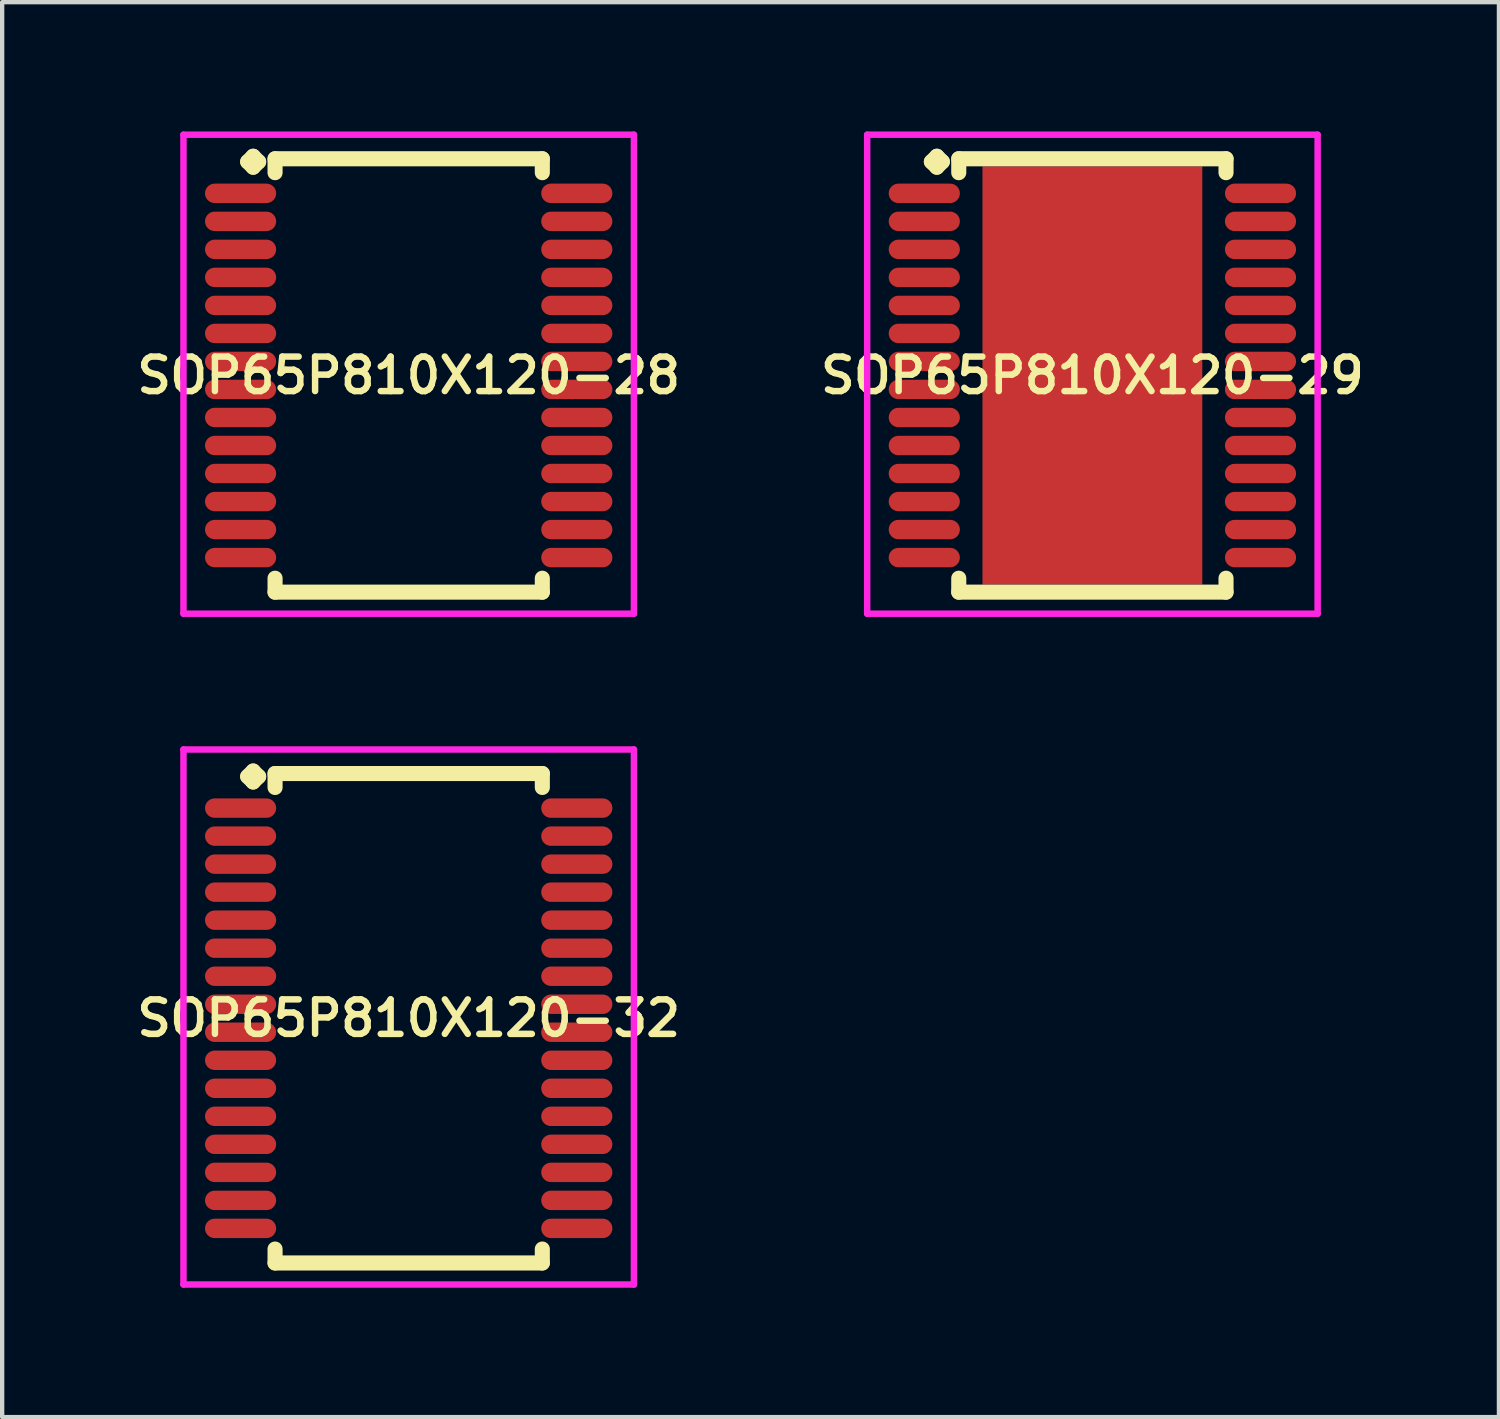
<source format=kicad_pcb>
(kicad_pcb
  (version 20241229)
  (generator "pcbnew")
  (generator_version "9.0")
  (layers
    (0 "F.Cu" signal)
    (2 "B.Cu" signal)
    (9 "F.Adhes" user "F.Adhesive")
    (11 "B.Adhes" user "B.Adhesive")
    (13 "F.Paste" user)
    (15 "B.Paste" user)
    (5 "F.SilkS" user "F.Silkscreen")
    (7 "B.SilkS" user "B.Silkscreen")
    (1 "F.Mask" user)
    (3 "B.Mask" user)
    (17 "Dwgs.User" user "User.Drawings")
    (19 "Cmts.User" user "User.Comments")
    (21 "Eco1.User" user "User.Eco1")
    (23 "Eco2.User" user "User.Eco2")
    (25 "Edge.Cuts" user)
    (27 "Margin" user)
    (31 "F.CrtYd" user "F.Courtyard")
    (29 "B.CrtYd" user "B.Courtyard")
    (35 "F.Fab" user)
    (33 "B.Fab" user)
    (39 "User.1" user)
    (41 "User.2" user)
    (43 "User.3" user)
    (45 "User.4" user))
  (footprint "SOP65P810X120-29"
    (layer "F.Cu")
    (at 22.292 5.66)
    (property "Reference" "SOP65P810X120-29" (at 0 0 0) (layer "F.SilkS") (effects (font (size 0.8 0.8) (thickness 0.15))))
    (attr smd)
    (fp_line (start -3.735 -4.958) (end -3.608 -5.085) (stroke (width 0.35) (type solid)) (layer "F.SilkS"))
    (fp_line (start -3.608 -5.085) (end -3.481 -4.958) (stroke (width 0.35) (type solid)) (layer "F.SilkS"))
    (fp_line (start -3.608 -4.831) (end -3.735 -4.958) (stroke (width 0.35) (type solid)) (layer "F.SilkS"))
    (fp_line (start -3.481 -4.958) (end -3.608 -4.831) (stroke (width 0.35) (type solid)) (layer "F.SilkS"))
    (fp_line (start -3.1 -5.027) (end 3.1 -5.027) (stroke (width 0.35) (type solid)) (layer "F.SilkS"))
    (fp_line (start -3.1 -4.704) (end -3.1 -5.027) (stroke (width 0.35) (type solid)) (layer "F.SilkS"))
    (fp_line (start -3.1 4.704) (end -3.1 5.027) (stroke (width 0.35) (type solid)) (layer "F.SilkS"))
    (fp_line (start -3.1 5.027) (end 3.1 5.027) (stroke (width 0.35) (type solid)) (layer "F.SilkS"))
    (fp_line (start 3.1 -5.027) (end 3.1 -4.704) (stroke (width 0.35) (type solid)) (layer "F.SilkS"))
    (fp_line (start 3.1 5.027) (end 3.1 4.704) (stroke (width 0.35) (type solid)) (layer "F.SilkS"))
    (fp_line (start -5.225 -5.585) (end 5.225 -5.585) (stroke (width 0.15) (type solid)) (layer "F.CrtYd"))
    (fp_line (start -5.225 5.527) (end -5.225 -5.585) (stroke (width 0.15) (type solid)) (layer "F.CrtYd"))
    (fp_line (start 5.225 -5.585) (end 5.225 5.527) (stroke (width 0.15) (type solid)) (layer "F.CrtYd"))
    (fp_line (start 5.225 5.527) (end -5.225 5.527) (stroke (width 0.15) (type solid)) (layer "F.CrtYd"))
    (pad "1" smd oval (at -3.9 -4.225) (size 1.65 0.45) (layers "F.Cu" "F.Mask" "F.Paste"))
    (pad "2" smd oval (at -3.9 -3.575) (size 1.65 0.45) (layers "F.Cu" "F.Mask" "F.Paste"))
    (pad "3" smd oval (at -3.9 -2.925) (size 1.65 0.45) (layers "F.Cu" "F.Mask" "F.Paste"))
    (pad "4" smd oval (at -3.9 -2.275) (size 1.65 0.45) (layers "F.Cu" "F.Mask" "F.Paste"))
    (pad "5" smd oval (at -3.9 -1.625) (size 1.65 0.45) (layers "F.Cu" "F.Mask" "F.Paste"))
    (pad "6" smd oval (at -3.9 -0.975) (size 1.65 0.45) (layers "F.Cu" "F.Mask" "F.Paste"))
    (pad "7" smd oval (at -3.9 -0.325) (size 1.65 0.45) (layers "F.Cu" "F.Mask" "F.Paste"))
    (pad "8" smd oval (at -3.9 0.325) (size 1.65 0.45) (layers "F.Cu" "F.Mask" "F.Paste"))
    (pad "9" smd oval (at -3.9 0.975) (size 1.65 0.45) (layers "F.Cu" "F.Mask" "F.Paste"))
    (pad "10" smd oval (at -3.9 1.625) (size 1.65 0.45) (layers "F.Cu" "F.Mask" "F.Paste"))
    (pad "11" smd oval (at -3.9 2.275) (size 1.65 0.45) (layers "F.Cu" "F.Mask" "F.Paste"))
    (pad "12" smd oval (at -3.9 2.925) (size 1.65 0.45) (layers "F.Cu" "F.Mask" "F.Paste"))
    (pad "13" smd oval (at -3.9 3.575) (size 1.65 0.45) (layers "F.Cu" "F.Mask" "F.Paste"))
    (pad "14" smd oval (at -3.9 4.225) (size 1.65 0.45) (layers "F.Cu" "F.Mask" "F.Paste"))
    (pad "15" smd oval (at 3.9 4.225) (size 1.65 0.45) (layers "F.Cu" "F.Mask" "F.Paste"))
    (pad "16" smd oval (at 3.9 3.575) (size 1.65 0.45) (layers "F.Cu" "F.Mask" "F.Paste"))
    (pad "17" smd oval (at 3.9 2.925) (size 1.65 0.45) (layers "F.Cu" "F.Mask" "F.Paste"))
    (pad "18" smd oval (at 3.9 2.275) (size 1.65 0.45) (layers "F.Cu" "F.Mask" "F.Paste"))
    (pad "19" smd oval (at 3.9 1.625) (size 1.65 0.45) (layers "F.Cu" "F.Mask" "F.Paste"))
    (pad "20" smd oval (at 3.9 0.975) (size 1.65 0.45) (layers "F.Cu" "F.Mask" "F.Paste"))
    (pad "21" smd oval (at 3.9 0.325) (size 1.65 0.45) (layers "F.Cu" "F.Mask" "F.Paste"))
    (pad "22" smd oval (at 3.9 -0.325) (size 1.65 0.45) (layers "F.Cu" "F.Mask" "F.Paste"))
    (pad "23" smd oval (at 3.9 -0.975) (size 1.65 0.45) (layers "F.Cu" "F.Mask" "F.Paste"))
    (pad "24" smd oval (at 3.9 -1.625) (size 1.65 0.45) (layers "F.Cu" "F.Mask" "F.Paste"))
    (pad "25" smd oval (at 3.9 -2.275) (size 1.65 0.45) (layers "F.Cu" "F.Mask" "F.Paste"))
    (pad "26" smd oval (at 3.9 -2.925) (size 1.65 0.45) (layers "F.Cu" "F.Mask" "F.Paste"))
    (pad "27" smd oval (at 3.9 -3.575) (size 1.65 0.45) (layers "F.Cu" "F.Mask" "F.Paste"))
    (pad "28" smd oval (at 3.9 -4.225) (size 1.65 0.45) (layers "F.Cu" "F.Mask" "F.Paste"))
    (pad "29" smd rect (at 0 0) (size 5.1 9.7) (layers "F.Cu" "F.Mask" "F.Paste")))
  (footprint "SOP65P810X120-28"
    (layer "F.Cu")
    (at 6.431 5.66)
    (property "Reference" "SOP65P810X120-28" (at 0 0 0) (layer "F.SilkS") (effects (font (size 0.8 0.8) (thickness 0.15))))
    (attr smd)
    (fp_line (start -3.735 -4.958) (end -3.608 -5.085) (stroke (width 0.35) (type solid)) (layer "F.SilkS"))
    (fp_line (start -3.608 -5.085) (end -3.481 -4.958) (stroke (width 0.35) (type solid)) (layer "F.SilkS"))
    (fp_line (start -3.608 -4.831) (end -3.735 -4.958) (stroke (width 0.35) (type solid)) (layer "F.SilkS"))
    (fp_line (start -3.481 -4.958) (end -3.608 -4.831) (stroke (width 0.35) (type solid)) (layer "F.SilkS"))
    (fp_line (start -3.1 -5.027) (end 3.1 -5.027) (stroke (width 0.35) (type solid)) (layer "F.SilkS"))
    (fp_line (start -3.1 -4.704) (end -3.1 -5.027) (stroke (width 0.35) (type solid)) (layer "F.SilkS"))
    (fp_line (start -3.1 4.704) (end -3.1 5.027) (stroke (width 0.35) (type solid)) (layer "F.SilkS"))
    (fp_line (start -3.1 5.027) (end 3.1 5.027) (stroke (width 0.35) (type solid)) (layer "F.SilkS"))
    (fp_line (start 3.1 -5.027) (end 3.1 -4.704) (stroke (width 0.35) (type solid)) (layer "F.SilkS"))
    (fp_line (start 3.1 5.027) (end 3.1 4.704) (stroke (width 0.35) (type solid)) (layer "F.SilkS"))
    (fp_line (start -5.225 -5.585) (end 5.225 -5.585) (stroke (width 0.15) (type solid)) (layer "F.CrtYd"))
    (fp_line (start -5.225 5.527) (end -5.225 -5.585) (stroke (width 0.15) (type solid)) (layer "F.CrtYd"))
    (fp_line (start 5.225 -5.585) (end 5.225 5.527) (stroke (width 0.15) (type solid)) (layer "F.CrtYd"))
    (fp_line (start 5.225 5.527) (end -5.225 5.527) (stroke (width 0.15) (type solid)) (layer "F.CrtYd"))
    (pad "1" smd oval (at -3.9 -4.225) (size 1.65 0.45) (layers "F.Cu" "F.Mask" "F.Paste"))
    (pad "2" smd oval (at -3.9 -3.575) (size 1.65 0.45) (layers "F.Cu" "F.Mask" "F.Paste"))
    (pad "3" smd oval (at -3.9 -2.925) (size 1.65 0.45) (layers "F.Cu" "F.Mask" "F.Paste"))
    (pad "4" smd oval (at -3.9 -2.275) (size 1.65 0.45) (layers "F.Cu" "F.Mask" "F.Paste"))
    (pad "5" smd oval (at -3.9 -1.625) (size 1.65 0.45) (layers "F.Cu" "F.Mask" "F.Paste"))
    (pad "6" smd oval (at -3.9 -0.975) (size 1.65 0.45) (layers "F.Cu" "F.Mask" "F.Paste"))
    (pad "7" smd oval (at -3.9 -0.325) (size 1.65 0.45) (layers "F.Cu" "F.Mask" "F.Paste"))
    (pad "8" smd oval (at -3.9 0.325) (size 1.65 0.45) (layers "F.Cu" "F.Mask" "F.Paste"))
    (pad "9" smd oval (at -3.9 0.975) (size 1.65 0.45) (layers "F.Cu" "F.Mask" "F.Paste"))
    (pad "10" smd oval (at -3.9 1.625) (size 1.65 0.45) (layers "F.Cu" "F.Mask" "F.Paste"))
    (pad "11" smd oval (at -3.9 2.275) (size 1.65 0.45) (layers "F.Cu" "F.Mask" "F.Paste"))
    (pad "12" smd oval (at -3.9 2.925) (size 1.65 0.45) (layers "F.Cu" "F.Mask" "F.Paste"))
    (pad "13" smd oval (at -3.9 3.575) (size 1.65 0.45) (layers "F.Cu" "F.Mask" "F.Paste"))
    (pad "14" smd oval (at -3.9 4.225) (size 1.65 0.45) (layers "F.Cu" "F.Mask" "F.Paste"))
    (pad "15" smd oval (at 3.9 4.225) (size 1.65 0.45) (layers "F.Cu" "F.Mask" "F.Paste"))
    (pad "16" smd oval (at 3.9 3.575) (size 1.65 0.45) (layers "F.Cu" "F.Mask" "F.Paste"))
    (pad "17" smd oval (at 3.9 2.925) (size 1.65 0.45) (layers "F.Cu" "F.Mask" "F.Paste"))
    (pad "18" smd oval (at 3.9 2.275) (size 1.65 0.45) (layers "F.Cu" "F.Mask" "F.Paste"))
    (pad "19" smd oval (at 3.9 1.625) (size 1.65 0.45) (layers "F.Cu" "F.Mask" "F.Paste"))
    (pad "20" smd oval (at 3.9 0.975) (size 1.65 0.45) (layers "F.Cu" "F.Mask" "F.Paste"))
    (pad "21" smd oval (at 3.9 0.325) (size 1.65 0.45) (layers "F.Cu" "F.Mask" "F.Paste"))
    (pad "22" smd oval (at 3.9 -0.325) (size 1.65 0.45) (layers "F.Cu" "F.Mask" "F.Paste"))
    (pad "23" smd oval (at 3.9 -0.975) (size 1.65 0.45) (layers "F.Cu" "F.Mask" "F.Paste"))
    (pad "24" smd oval (at 3.9 -1.625) (size 1.65 0.45) (layers "F.Cu" "F.Mask" "F.Paste"))
    (pad "25" smd oval (at 3.9 -2.275) (size 1.65 0.45) (layers "F.Cu" "F.Mask" "F.Paste"))
    (pad "26" smd oval (at 3.9 -2.925) (size 1.65 0.45) (layers "F.Cu" "F.Mask" "F.Paste"))
    (pad "27" smd oval (at 3.9 -3.575) (size 1.65 0.45) (layers "F.Cu" "F.Mask" "F.Paste"))
    (pad "28" smd oval (at 3.9 -4.225) (size 1.65 0.45) (layers "F.Cu" "F.Mask" "F.Paste")))
  (footprint "SOP65P810X120-32"
    (layer "F.Cu")
    (at 6.431 20.572)
    (property "Reference" "SOP65P810X120-32" (at 0 0 0) (layer "F.SilkS") (effects (font (size 0.8 0.8) (thickness 0.15))))
    (attr smd)
    (fp_line (start -3.735 -5.608) (end -3.608 -5.735) (stroke (width 0.35) (type solid)) (layer "F.SilkS"))
    (fp_line (start -3.608 -5.735) (end -3.481 -5.608) (stroke (width 0.35) (type solid)) (layer "F.SilkS"))
    (fp_line (start -3.608 -5.481) (end -3.735 -5.608) (stroke (width 0.35) (type solid)) (layer "F.SilkS"))
    (fp_line (start -3.481 -5.608) (end -3.608 -5.481) (stroke (width 0.35) (type solid)) (layer "F.SilkS"))
    (fp_line (start -3.1 -5.677) (end 3.1 -5.677) (stroke (width 0.35) (type solid)) (layer "F.SilkS"))
    (fp_line (start -3.1 -5.354) (end -3.1 -5.677) (stroke (width 0.35) (type solid)) (layer "F.SilkS"))
    (fp_line (start -3.1 5.354) (end -3.1 5.677) (stroke (width 0.35) (type solid)) (layer "F.SilkS"))
    (fp_line (start -3.1 5.677) (end 3.1 5.677) (stroke (width 0.35) (type solid)) (layer "F.SilkS"))
    (fp_line (start 3.1 -5.677) (end 3.1 -5.354) (stroke (width 0.35) (type solid)) (layer "F.SilkS"))
    (fp_line (start 3.1 5.677) (end 3.1 5.354) (stroke (width 0.35) (type solid)) (layer "F.SilkS"))
    (fp_line (start -5.225 -6.235) (end 5.225 -6.235) (stroke (width 0.15) (type solid)) (layer "F.CrtYd"))
    (fp_line (start -5.225 6.177) (end -5.225 -6.235) (stroke (width 0.15) (type solid)) (layer "F.CrtYd"))
    (fp_line (start 5.225 -6.235) (end 5.225 6.177) (stroke (width 0.15) (type solid)) (layer "F.CrtYd"))
    (fp_line (start 5.225 6.177) (end -5.225 6.177) (stroke (width 0.15) (type solid)) (layer "F.CrtYd"))
    (pad "1" smd oval (at -3.9 -4.875) (size 1.65 0.45) (layers "F.Cu" "F.Mask" "F.Paste"))
    (pad "2" smd oval (at -3.9 -4.225) (size 1.65 0.45) (layers "F.Cu" "F.Mask" "F.Paste"))
    (pad "3" smd oval (at -3.9 -3.575) (size 1.65 0.45) (layers "F.Cu" "F.Mask" "F.Paste"))
    (pad "4" smd oval (at -3.9 -2.925) (size 1.65 0.45) (layers "F.Cu" "F.Mask" "F.Paste"))
    (pad "5" smd oval (at -3.9 -2.275) (size 1.65 0.45) (layers "F.Cu" "F.Mask" "F.Paste"))
    (pad "6" smd oval (at -3.9 -1.625) (size 1.65 0.45) (layers "F.Cu" "F.Mask" "F.Paste"))
    (pad "7" smd oval (at -3.9 -0.975) (size 1.65 0.45) (layers "F.Cu" "F.Mask" "F.Paste"))
    (pad "8" smd oval (at -3.9 -0.325) (size 1.65 0.45) (layers "F.Cu" "F.Mask" "F.Paste"))
    (pad "9" smd oval (at -3.9 0.325) (size 1.65 0.45) (layers "F.Cu" "F.Mask" "F.Paste"))
    (pad "10" smd oval (at -3.9 0.975) (size 1.65 0.45) (layers "F.Cu" "F.Mask" "F.Paste"))
    (pad "11" smd oval (at -3.9 1.625) (size 1.65 0.45) (layers "F.Cu" "F.Mask" "F.Paste"))
    (pad "12" smd oval (at -3.9 2.275) (size 1.65 0.45) (layers "F.Cu" "F.Mask" "F.Paste"))
    (pad "13" smd oval (at -3.9 2.925) (size 1.65 0.45) (layers "F.Cu" "F.Mask" "F.Paste"))
    (pad "14" smd oval (at -3.9 3.575) (size 1.65 0.45) (layers "F.Cu" "F.Mask" "F.Paste"))
    (pad "15" smd oval (at -3.9 4.225) (size 1.65 0.45) (layers "F.Cu" "F.Mask" "F.Paste"))
    (pad "16" smd oval (at -3.9 4.875) (size 1.65 0.45) (layers "F.Cu" "F.Mask" "F.Paste"))
    (pad "17" smd oval (at 3.9 4.875) (size 1.65 0.45) (layers "F.Cu" "F.Mask" "F.Paste"))
    (pad "18" smd oval (at 3.9 4.225) (size 1.65 0.45) (layers "F.Cu" "F.Mask" "F.Paste"))
    (pad "19" smd oval (at 3.9 3.575) (size 1.65 0.45) (layers "F.Cu" "F.Mask" "F.Paste"))
    (pad "20" smd oval (at 3.9 2.925) (size 1.65 0.45) (layers "F.Cu" "F.Mask" "F.Paste"))
    (pad "21" smd oval (at 3.9 2.275) (size 1.65 0.45) (layers "F.Cu" "F.Mask" "F.Paste"))
    (pad "22" smd oval (at 3.9 1.625) (size 1.65 0.45) (layers "F.Cu" "F.Mask" "F.Paste"))
    (pad "23" smd oval (at 3.9 0.975) (size 1.65 0.45) (layers "F.Cu" "F.Mask" "F.Paste"))
    (pad "24" smd oval (at 3.9 0.325) (size 1.65 0.45) (layers "F.Cu" "F.Mask" "F.Paste"))
    (pad "25" smd oval (at 3.9 -0.325) (size 1.65 0.45) (layers "F.Cu" "F.Mask" "F.Paste"))
    (pad "26" smd oval (at 3.9 -0.975) (size 1.65 0.45) (layers "F.Cu" "F.Mask" "F.Paste"))
    (pad "27" smd oval (at 3.9 -1.625) (size 1.65 0.45) (layers "F.Cu" "F.Mask" "F.Paste"))
    (pad "28" smd oval (at 3.9 -2.275) (size 1.65 0.45) (layers "F.Cu" "F.Mask" "F.Paste"))
    (pad "29" smd oval (at 3.9 -2.925) (size 1.65 0.45) (layers "F.Cu" "F.Mask" "F.Paste"))
    (pad "30" smd oval (at 3.9 -3.575) (size 1.65 0.45) (layers "F.Cu" "F.Mask" "F.Paste"))
    (pad "31" smd oval (at 3.9 -4.225) (size 1.65 0.45) (layers "F.Cu" "F.Mask" "F.Paste"))
    (pad "32" smd oval (at 3.9 -4.875) (size 1.65 0.45) (layers "F.Cu" "F.Mask" "F.Paste")))
  (gr_rect
    (start -3 -3)
    (end 31.723 29.824)
    (stroke (width 0.1) (type default))
    (fill no)
    (layer "Edge.Cuts")))
</source>
